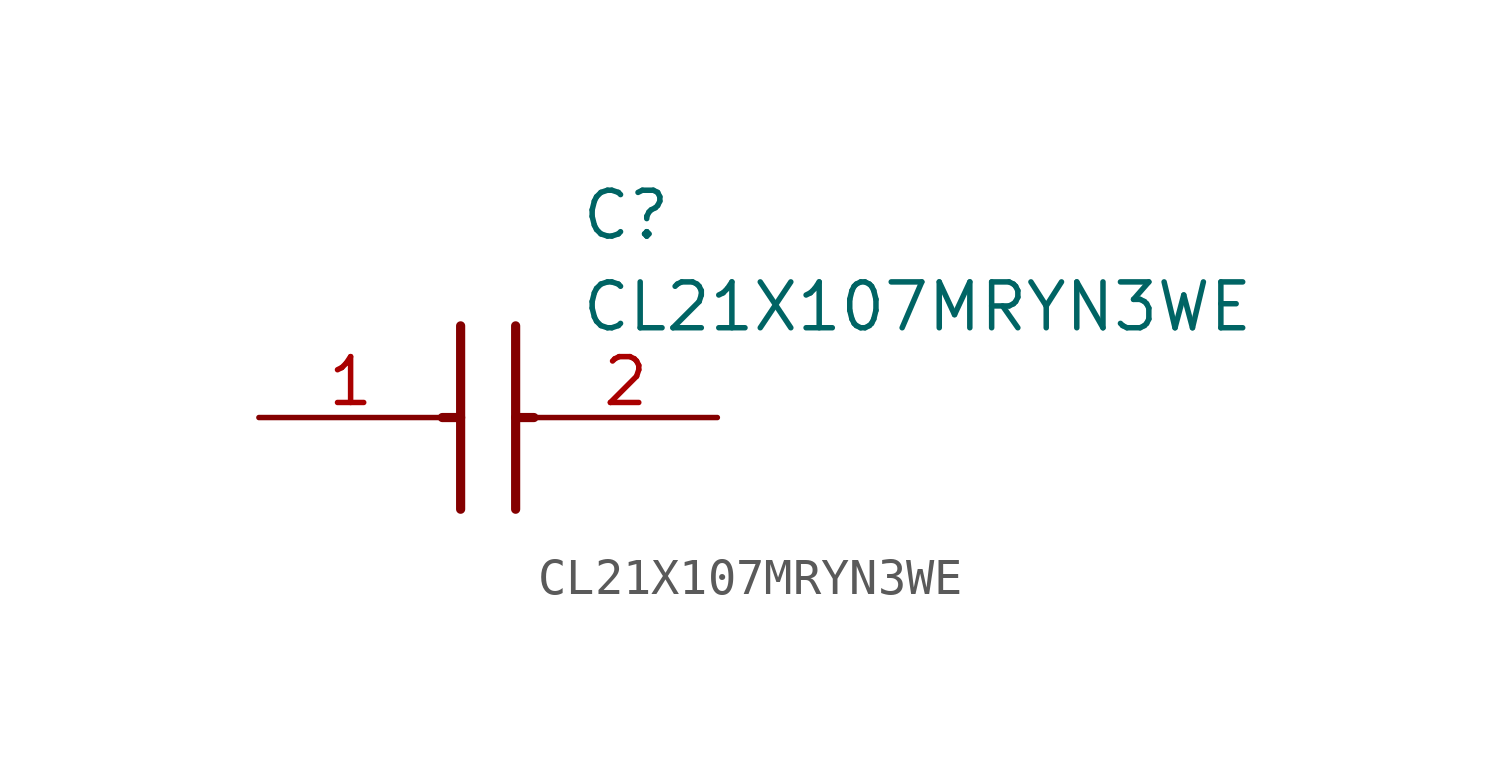
<source format=kicad_sym>
(kicad_symbol_lib
  (version 20211014)
  (generator SamacSys_ECAD_Model)
  (symbol "CL21X107MRYN3WE"
    (pin_names hide)
    (property "Reference" "C"
      (at 8.89 6.35 0)
      (effects (font (size 1.27 1.27)) (justify left top)))
    (property "Value" "CL21X107MRYN3WE"
      (at 8.89 3.81 0)
      (effects (font (size 1.27 1.27)) (justify left top)))
    (polyline
      (pts (xy 5.588 2.54) (xy 5.588 -2.54))
      (stroke (width 0.254) (type default))
      (fill (type none)))
    (polyline
      (pts (xy 7.112 2.54) (xy 7.112 -2.54))
      (stroke (width 0.254) (type default))
      (fill (type none)))
    (polyline
      (pts (xy 5.08 0) (xy 5.588 0))
      (stroke (width 0.254) (type default))
      (fill (type none)))
    (polyline
      (pts (xy 7.112 0) (xy 7.62 0))
      (stroke (width 0.254) (type default))
      (fill (type none)))
    (pin passive line
      (at 0 0 0)
      (length 5.08)
      (name "1" (effects (font (size 1.27 1.27))))
      (number "1" (effects (font (size 1.27 1.27)))))
    (pin passive line
      (at 12.7 0 180)
      (length 5.08)
      (name "2" (effects (font (size 1.27 1.27))))
      (number "2" (effects (font (size 1.27 1.27)))))))
</source>
